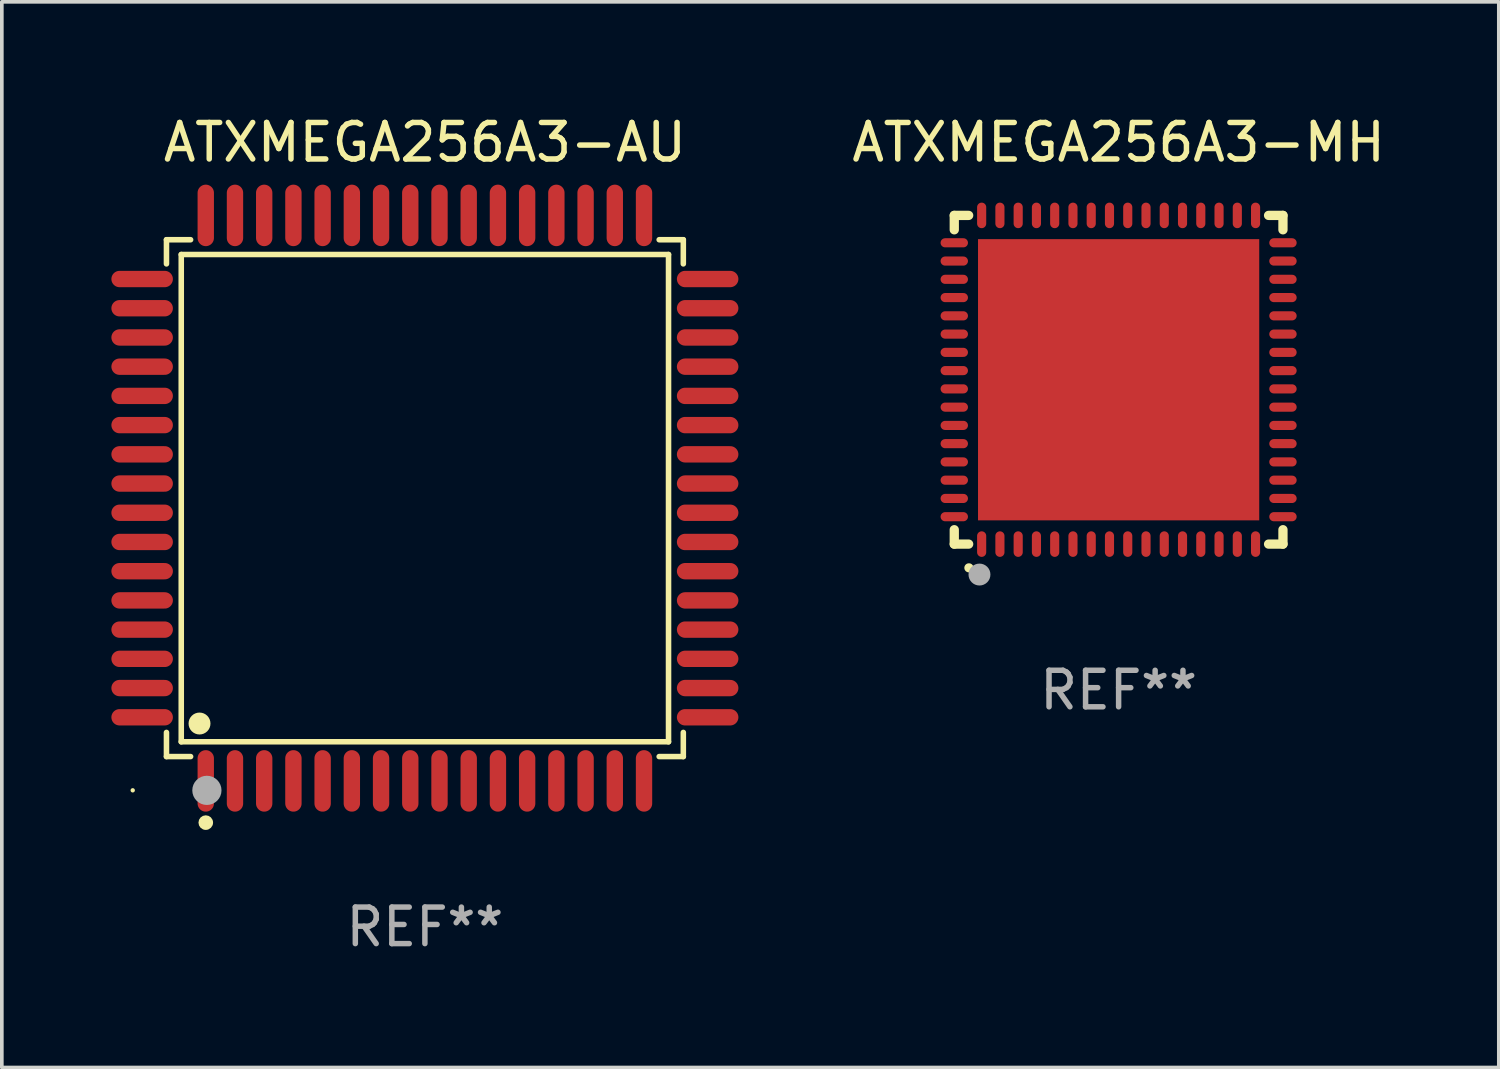
<source format=kicad_pcb>
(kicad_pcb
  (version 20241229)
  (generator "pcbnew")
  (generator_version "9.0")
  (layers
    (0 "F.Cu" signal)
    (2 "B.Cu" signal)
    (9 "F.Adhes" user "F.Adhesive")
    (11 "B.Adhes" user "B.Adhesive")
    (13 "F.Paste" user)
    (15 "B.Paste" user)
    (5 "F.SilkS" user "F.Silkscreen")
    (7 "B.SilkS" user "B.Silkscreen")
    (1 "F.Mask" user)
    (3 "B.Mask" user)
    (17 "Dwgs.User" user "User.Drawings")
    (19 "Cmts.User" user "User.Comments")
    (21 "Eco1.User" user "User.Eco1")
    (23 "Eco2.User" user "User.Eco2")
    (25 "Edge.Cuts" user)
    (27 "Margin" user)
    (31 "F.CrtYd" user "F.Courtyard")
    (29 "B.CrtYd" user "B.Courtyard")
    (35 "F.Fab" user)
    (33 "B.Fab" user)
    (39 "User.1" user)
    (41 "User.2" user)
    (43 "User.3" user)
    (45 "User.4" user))
  (footprint "ATXMEGA256A3-MH"
    (layer "F.Cu")
    (at 27.579 7.348)
    (property "Reference" "ATXMEGA256A3-MH" (at 0 -6.5 0) (layer "F.SilkS") (effects (font (size 1 1) (thickness 0.15))))
    (attr through_hole)
    (fp_line (start -4.5 -4.5) (end -4.106 -4.5) (stroke (width 0.254) (type solid)) (layer "F.SilkS"))
    (fp_line (start -4.5 -4.106) (end -4.5 -4.5) (stroke (width 0.254) (type solid)) (layer "F.SilkS"))
    (fp_line (start -4.5 4.5) (end -4.5 4.106) (stroke (width 0.254) (type solid)) (layer "F.SilkS"))
    (fp_line (start -4.106 4.5) (end -4.5 4.5) (stroke (width 0.254) (type solid)) (layer "F.SilkS"))
    (fp_line (start 4.106 -4.5) (end 4.5 -4.5) (stroke (width 0.254) (type solid)) (layer "F.SilkS"))
    (fp_line (start 4.5 -4.5) (end 4.5 -4.106) (stroke (width 0.254) (type solid)) (layer "F.SilkS"))
    (fp_line (start 4.5 4.106) (end 4.5 4.5) (stroke (width 0.254) (type solid)) (layer "F.SilkS"))
    (fp_line (start 4.5 4.5) (end 4.106 4.5) (stroke (width 0.254) (type solid)) (layer "F.SilkS"))
    (fp_arc (start -4.099987 5.149898) (mid -4.098717 5.149892) (end -4.097447 5.149898) (stroke (width 0.24892) (type solid)) (layer "F.SilkS"))
    (fp_circle (center -4.5 4.5) (end -4.47 4.5) (stroke (width 0.06) (type solid)) (fill no) (layer "F.SilkS"))
    (fp_circle (center -3.81 5.334) (end -3.66 5.334) (stroke (width 0.3) (type solid)) (fill no) (layer "F.Fab"))
    (fp_text user "REF**" (at 0 8.5 0) (layer "F.Fab") (effects (font (size 1 1) (thickness 0.15))))
    (pad "1" smd oval (at -3.75 4.5) (size 0.25 0.7) (layers "F.Cu" "F.Mask" "F.Paste"))
    (pad "2" smd oval (at -3.25 4.5) (size 0.25 0.7) (layers "F.Cu" "F.Mask" "F.Paste"))
    (pad "3" smd oval (at -2.75 4.5) (size 0.25 0.7) (layers "F.Cu" "F.Mask" "F.Paste"))
    (pad "4" smd oval (at -2.25 4.5) (size 0.25 0.7) (layers "F.Cu" "F.Mask" "F.Paste"))
    (pad "5" smd oval (at -1.75 4.5) (size 0.25 0.7) (layers "F.Cu" "F.Mask" "F.Paste"))
    (pad "6" smd oval (at -1.25 4.5) (size 0.25 0.7) (layers "F.Cu" "F.Mask" "F.Paste"))
    (pad "7" smd oval (at -0.75 4.5) (size 0.25 0.7) (layers "F.Cu" "F.Mask" "F.Paste"))
    (pad "8" smd oval (at -0.25 4.5) (size 0.25 0.7) (layers "F.Cu" "F.Mask" "F.Paste"))
    (pad "9" smd oval (at 0.25 4.5) (size 0.25 0.7) (layers "F.Cu" "F.Mask" "F.Paste"))
    (pad "10" smd oval (at 0.75 4.5) (size 0.25 0.7) (layers "F.Cu" "F.Mask" "F.Paste"))
    (pad "11" smd oval (at 1.25 4.5) (size 0.25 0.7) (layers "F.Cu" "F.Mask" "F.Paste"))
    (pad "12" smd oval (at 1.75 4.5) (size 0.25 0.7) (layers "F.Cu" "F.Mask" "F.Paste"))
    (pad "13" smd oval (at 2.25 4.5) (size 0.25 0.7) (layers "F.Cu" "F.Mask" "F.Paste"))
    (pad "14" smd oval (at 2.75 4.5) (size 0.25 0.7) (layers "F.Cu" "F.Mask" "F.Paste"))
    (pad "15" smd oval (at 3.25 4.5) (size 0.25 0.7) (layers "F.Cu" "F.Mask" "F.Paste"))
    (pad "16" smd oval (at 3.75 4.5) (size 0.25 0.7) (layers "F.Cu" "F.Mask" "F.Paste"))
    (pad "17" smd oval (at 4.5 3.75) (size 0.75 0.25) (layers "F.Cu" "F.Mask" "F.Paste"))
    (pad "18" smd oval (at 4.5 3.25) (size 0.75 0.25) (layers "F.Cu" "F.Mask" "F.Paste"))
    (pad "19" smd oval (at 4.5 2.75) (size 0.75 0.25) (layers "F.Cu" "F.Mask" "F.Paste"))
    (pad "20" smd oval (at 4.5 2.25) (size 0.75 0.25) (layers "F.Cu" "F.Mask" "F.Paste"))
    (pad "21" smd oval (at 4.5 1.75) (size 0.75 0.25) (layers "F.Cu" "F.Mask" "F.Paste"))
    (pad "22" smd oval (at 4.5 1.25) (size 0.75 0.25) (layers "F.Cu" "F.Mask" "F.Paste"))
    (pad "23" smd oval (at 4.5 0.75) (size 0.75 0.25) (layers "F.Cu" "F.Mask" "F.Paste"))
    (pad "24" smd oval (at 4.5 0.25) (size 0.75 0.25) (layers "F.Cu" "F.Mask" "F.Paste"))
    (pad "25" smd oval (at 4.5 -0.25) (size 0.75 0.25) (layers "F.Cu" "F.Mask" "F.Paste"))
    (pad "26" smd oval (at 4.5 -0.75) (size 0.75 0.25) (layers "F.Cu" "F.Mask" "F.Paste"))
    (pad "27" smd oval (at 4.5 -1.25) (size 0.75 0.25) (layers "F.Cu" "F.Mask" "F.Paste"))
    (pad "28" smd oval (at 4.5 -1.75) (size 0.75 0.25) (layers "F.Cu" "F.Mask" "F.Paste"))
    (pad "29" smd oval (at 4.5 -2.25) (size 0.75 0.25) (layers "F.Cu" "F.Mask" "F.Paste"))
    (pad "30" smd oval (at 4.5 -2.75) (size 0.75 0.25) (layers "F.Cu" "F.Mask" "F.Paste"))
    (pad "31" smd oval (at 4.5 -3.25) (size 0.75 0.25) (layers "F.Cu" "F.Mask" "F.Paste"))
    (pad "32" smd oval (at 4.5 -3.75) (size 0.75 0.25) (layers "F.Cu" "F.Mask" "F.Paste"))
    (pad "33" smd oval (at 3.75 -4.5) (size 0.25 0.7) (layers "F.Cu" "F.Mask" "F.Paste"))
    (pad "34" smd oval (at 3.25 -4.5) (size 0.25 0.7) (layers "F.Cu" "F.Mask" "F.Paste"))
    (pad "35" smd oval (at 2.75 -4.5) (size 0.25 0.7) (layers "F.Cu" "F.Mask" "F.Paste"))
    (pad "36" smd oval (at 2.25 -4.5) (size 0.25 0.7) (layers "F.Cu" "F.Mask" "F.Paste"))
    (pad "37" smd oval (at 1.75 -4.5) (size 0.25 0.7) (layers "F.Cu" "F.Mask" "F.Paste"))
    (pad "38" smd oval (at 1.25 -4.5) (size 0.25 0.7) (layers "F.Cu" "F.Mask" "F.Paste"))
    (pad "39" smd oval (at 0.75 -4.5) (size 0.25 0.7) (layers "F.Cu" "F.Mask" "F.Paste"))
    (pad "40" smd oval (at 0.25 -4.5) (size 0.25 0.7) (layers "F.Cu" "F.Mask" "F.Paste"))
    (pad "41" smd oval (at -0.25 -4.5) (size 0.25 0.7) (layers "F.Cu" "F.Mask" "F.Paste"))
    (pad "42" smd oval (at -0.75 -4.5) (size 0.25 0.7) (layers "F.Cu" "F.Mask" "F.Paste"))
    (pad "43" smd oval (at -1.25 -4.5) (size 0.25 0.7) (layers "F.Cu" "F.Mask" "F.Paste"))
    (pad "44" smd oval (at -1.75 -4.5) (size 0.25 0.7) (layers "F.Cu" "F.Mask" "F.Paste"))
    (pad "45" smd oval (at -2.25 -4.5) (size 0.25 0.7) (layers "F.Cu" "F.Mask" "F.Paste"))
    (pad "46" smd oval (at -2.75 -4.5) (size 0.25 0.7) (layers "F.Cu" "F.Mask" "F.Paste"))
    (pad "47" smd oval (at -3.25 -4.5) (size 0.25 0.7) (layers "F.Cu" "F.Mask" "F.Paste"))
    (pad "48" smd oval (at -3.75 -4.5) (size 0.25 0.7) (layers "F.Cu" "F.Mask" "F.Paste"))
    (pad "49" smd oval (at -4.5 -3.75) (size 0.75 0.25) (layers "F.Cu" "F.Mask" "F.Paste"))
    (pad "50" smd oval (at -4.5 -3.25) (size 0.75 0.25) (layers "F.Cu" "F.Mask" "F.Paste"))
    (pad "51" smd oval (at -4.5 -2.75) (size 0.75 0.25) (layers "F.Cu" "F.Mask" "F.Paste"))
    (pad "52" smd oval (at -4.5 -2.25) (size 0.75 0.25) (layers "F.Cu" "F.Mask" "F.Paste"))
    (pad "53" smd oval (at -4.5 -1.75) (size 0.75 0.25) (layers "F.Cu" "F.Mask" "F.Paste"))
    (pad "54" smd oval (at -4.5 -1.25) (size 0.75 0.25) (layers "F.Cu" "F.Mask" "F.Paste"))
    (pad "55" smd oval (at -4.5 -0.75) (size 0.75 0.25) (layers "F.Cu" "F.Mask" "F.Paste"))
    (pad "56" smd oval (at -4.5 -0.25) (size 0.75 0.25) (layers "F.Cu" "F.Mask" "F.Paste"))
    (pad "57" smd oval (at -4.5 0.25) (size 0.75 0.25) (layers "F.Cu" "F.Mask" "F.Paste"))
    (pad "58" smd oval (at -4.5 0.75) (size 0.75 0.25) (layers "F.Cu" "F.Mask" "F.Paste"))
    (pad "59" smd oval (at -4.5 1.25) (size 0.75 0.25) (layers "F.Cu" "F.Mask" "F.Paste"))
    (pad "60" smd oval (at -4.5 1.75) (size 0.75 0.25) (layers "F.Cu" "F.Mask" "F.Paste"))
    (pad "61" smd oval (at -4.5 2.25) (size 0.75 0.25) (layers "F.Cu" "F.Mask" "F.Paste"))
    (pad "62" smd oval (at -4.5 2.75) (size 0.75 0.25) (layers "F.Cu" "F.Mask" "F.Paste"))
    (pad "63" smd oval (at -4.5 3.25) (size 0.75 0.25) (layers "F.Cu" "F.Mask" "F.Paste"))
    (pad "64" smd oval (at -4.5 3.75) (size 0.75 0.25) (layers "F.Cu" "F.Mask" "F.Paste"))
    (pad "65" smd rect (at 0.000394 -0.000013) (size 7.7 7.7) (layers "F.Cu" "F.Mask" "F.Paste")))
  (footprint "ATXMEGA256A3-AU"
    (layer "F.Cu")
    (at 8.584 10.59)
    (property "Reference" "ATXMEGA256A3-AU" (at 0 -9.742 0) (layer "F.SilkS") (effects (font (size 1 1) (thickness 0.15))))
    (attr through_hole)
    (fp_line (start -7.076 -7.076) (end -6.415 -7.076) (stroke (width 0.152) (type solid)) (layer "F.SilkS"))
    (fp_line (start -7.076 -6.415) (end -7.076 -7.076) (stroke (width 0.152) (type solid)) (layer "F.SilkS"))
    (fp_line (start -7.076 6.415) (end -7.076 7.076) (stroke (width 0.152) (type solid)) (layer "F.SilkS"))
    (fp_line (start -7.076 7.076) (end -6.415 7.076) (stroke (width 0.152) (type solid)) (layer "F.SilkS"))
    (fp_line (start -6.671 -6.671) (end 6.671 -6.671) (stroke (width 0.152) (type solid)) (layer "F.SilkS"))
    (fp_line (start -6.671 6.671) (end -6.671 -6.671) (stroke (width 0.152) (type solid)) (layer "F.SilkS"))
    (fp_line (start 6.671 -6.671) (end 6.671 6.671) (stroke (width 0.152) (type solid)) (layer "F.SilkS"))
    (fp_line (start 6.671 6.671) (end -6.671 6.671) (stroke (width 0.152) (type solid)) (layer "F.SilkS"))
    (fp_line (start 7.076 -7.076) (end 6.415 -7.076) (stroke (width 0.152) (type solid)) (layer "F.SilkS"))
    (fp_line (start 7.076 -6.415) (end 7.076 -7.076) (stroke (width 0.152) (type solid)) (layer "F.SilkS"))
    (fp_line (start 7.076 6.415) (end 7.076 7.076) (stroke (width 0.152) (type solid)) (layer "F.SilkS"))
    (fp_line (start 7.076 7.076) (end 6.415 7.076) (stroke (width 0.152) (type solid)) (layer "F.SilkS"))
    (fp_circle (center -8 8) (end -7.97 8) (stroke (width 0.06) (type solid)) (fill no) (layer "F.SilkS"))
    (fp_circle (center -6.171 6.171) (end -6.021 6.171) (stroke (width 0.3) (type solid)) (fill no) (layer "F.SilkS"))
    (fp_circle (center -6 8.884) (end -5.9 8.884) (stroke (width 0.2) (type solid)) (fill no) (layer "F.SilkS"))
    (fp_circle (center -5.969 8.001) (end -5.769 8.001) (stroke (width 0.4) (type solid)) (fill no) (layer "F.Fab"))
    (fp_text user "REF**" (at 0 11.742 0) (layer "F.Fab") (effects (font (size 1 1) (thickness 0.15))))
    (pad "1" smd oval (at -6 7.742) (size 0.448 1.684) (layers "F.Cu" "F.Mask" "F.Paste"))
    (pad "2" smd oval (at -5.2 7.742) (size 0.448 1.684) (layers "F.Cu" "F.Mask" "F.Paste"))
    (pad "3" smd oval (at -4.4 7.742) (size 0.448 1.684) (layers "F.Cu" "F.Mask" "F.Paste"))
    (pad "4" smd oval (at -3.6 7.742) (size 0.448 1.684) (layers "F.Cu" "F.Mask" "F.Paste"))
    (pad "5" smd oval (at -2.8 7.742) (size 0.448 1.684) (layers "F.Cu" "F.Mask" "F.Paste"))
    (pad "6" smd oval (at -2 7.742) (size 0.448 1.684) (layers "F.Cu" "F.Mask" "F.Paste"))
    (pad "7" smd oval (at -1.2 7.742) (size 0.448 1.684) (layers "F.Cu" "F.Mask" "F.Paste"))
    (pad "8" smd oval (at -0.4 7.742) (size 0.448 1.684) (layers "F.Cu" "F.Mask" "F.Paste"))
    (pad "9" smd oval (at 0.4 7.742) (size 0.448 1.684) (layers "F.Cu" "F.Mask" "F.Paste"))
    (pad "10" smd oval (at 1.2 7.742) (size 0.448 1.684) (layers "F.Cu" "F.Mask" "F.Paste"))
    (pad "11" smd oval (at 2 7.742) (size 0.448 1.684) (layers "F.Cu" "F.Mask" "F.Paste"))
    (pad "12" smd oval (at 2.8 7.742) (size 0.448 1.684) (layers "F.Cu" "F.Mask" "F.Paste"))
    (pad "13" smd oval (at 3.6 7.742) (size 0.448 1.684) (layers "F.Cu" "F.Mask" "F.Paste"))
    (pad "14" smd oval (at 4.4 7.742) (size 0.448 1.684) (layers "F.Cu" "F.Mask" "F.Paste"))
    (pad "15" smd oval (at 5.2 7.742) (size 0.448 1.684) (layers "F.Cu" "F.Mask" "F.Paste"))
    (pad "16" smd oval (at 6 7.742) (size 0.448 1.684) (layers "F.Cu" "F.Mask" "F.Paste"))
    (pad "17" smd oval (at 7.742 6) (size 1.684 0.448) (layers "F.Cu" "F.Mask" "F.Paste"))
    (pad "18" smd oval (at 7.742 5.2) (size 1.684 0.448) (layers "F.Cu" "F.Mask" "F.Paste"))
    (pad "19" smd oval (at 7.742 4.4) (size 1.684 0.448) (layers "F.Cu" "F.Mask" "F.Paste"))
    (pad "20" smd oval (at 7.742 3.6) (size 1.684 0.448) (layers "F.Cu" "F.Mask" "F.Paste"))
    (pad "21" smd oval (at 7.742 2.8) (size 1.684 0.448) (layers "F.Cu" "F.Mask" "F.Paste"))
    (pad "22" smd oval (at 7.742 2) (size 1.684 0.448) (layers "F.Cu" "F.Mask" "F.Paste"))
    (pad "23" smd oval (at 7.742 1.2) (size 1.684 0.448) (layers "F.Cu" "F.Mask" "F.Paste"))
    (pad "24" smd oval (at 7.742 0.4) (size 1.684 0.448) (layers "F.Cu" "F.Mask" "F.Paste"))
    (pad "25" smd oval (at 7.742 -0.4) (size 1.684 0.448) (layers "F.Cu" "F.Mask" "F.Paste"))
    (pad "26" smd oval (at 7.742 -1.2) (size 1.684 0.448) (layers "F.Cu" "F.Mask" "F.Paste"))
    (pad "27" smd oval (at 7.742 -2) (size 1.684 0.448) (layers "F.Cu" "F.Mask" "F.Paste"))
    (pad "28" smd oval (at 7.742 -2.8) (size 1.684 0.448) (layers "F.Cu" "F.Mask" "F.Paste"))
    (pad "29" smd oval (at 7.742 -3.6) (size 1.684 0.448) (layers "F.Cu" "F.Mask" "F.Paste"))
    (pad "30" smd oval (at 7.742 -4.4) (size 1.684 0.448) (layers "F.Cu" "F.Mask" "F.Paste"))
    (pad "31" smd oval (at 7.742 -5.2) (size 1.684 0.448) (layers "F.Cu" "F.Mask" "F.Paste"))
    (pad "32" smd oval (at 7.742 -6) (size 1.684 0.448) (layers "F.Cu" "F.Mask" "F.Paste"))
    (pad "33" smd oval (at 6 -7.742) (size 0.448 1.684) (layers "F.Cu" "F.Mask" "F.Paste"))
    (pad "34" smd oval (at 5.2 -7.742) (size 0.448 1.684) (layers "F.Cu" "F.Mask" "F.Paste"))
    (pad "35" smd oval (at 4.4 -7.742) (size 0.448 1.684) (layers "F.Cu" "F.Mask" "F.Paste"))
    (pad "36" smd oval (at 3.6 -7.742) (size 0.448 1.684) (layers "F.Cu" "F.Mask" "F.Paste"))
    (pad "37" smd oval (at 2.8 -7.742) (size 0.448 1.684) (layers "F.Cu" "F.Mask" "F.Paste"))
    (pad "38" smd oval (at 2 -7.742) (size 0.448 1.684) (layers "F.Cu" "F.Mask" "F.Paste"))
    (pad "39" smd oval (at 1.2 -7.742) (size 0.448 1.684) (layers "F.Cu" "F.Mask" "F.Paste"))
    (pad "40" smd oval (at 0.4 -7.742) (size 0.448 1.684) (layers "F.Cu" "F.Mask" "F.Paste"))
    (pad "41" smd oval (at -0.4 -7.742) (size 0.448 1.684) (layers "F.Cu" "F.Mask" "F.Paste"))
    (pad "42" smd oval (at -1.2 -7.742) (size 0.448 1.684) (layers "F.Cu" "F.Mask" "F.Paste"))
    (pad "43" smd oval (at -2 -7.742) (size 0.448 1.684) (layers "F.Cu" "F.Mask" "F.Paste"))
    (pad "44" smd oval (at -2.8 -7.742) (size 0.448 1.684) (layers "F.Cu" "F.Mask" "F.Paste"))
    (pad "45" smd oval (at -3.6 -7.742) (size 0.448 1.684) (layers "F.Cu" "F.Mask" "F.Paste"))
    (pad "46" smd oval (at -4.4 -7.742) (size 0.448 1.684) (layers "F.Cu" "F.Mask" "F.Paste"))
    (pad "47" smd oval (at -5.2 -7.742) (size 0.448 1.684) (layers "F.Cu" "F.Mask" "F.Paste"))
    (pad "48" smd oval (at -6 -7.742) (size 0.448 1.684) (layers "F.Cu" "F.Mask" "F.Paste"))
    (pad "49" smd oval (at -7.742 -6) (size 1.684 0.448) (layers "F.Cu" "F.Mask" "F.Paste"))
    (pad "50" smd oval (at -7.742 -5.2) (size 1.684 0.448) (layers "F.Cu" "F.Mask" "F.Paste"))
    (pad "51" smd oval (at -7.742 -4.4) (size 1.684 0.448) (layers "F.Cu" "F.Mask" "F.Paste"))
    (pad "52" smd oval (at -7.742 -3.6) (size 1.684 0.448) (layers "F.Cu" "F.Mask" "F.Paste"))
    (pad "53" smd oval (at -7.742 -2.8) (size 1.684 0.448) (layers "F.Cu" "F.Mask" "F.Paste"))
    (pad "54" smd oval (at -7.742 -2) (size 1.684 0.448) (layers "F.Cu" "F.Mask" "F.Paste"))
    (pad "55" smd oval (at -7.742 -1.2) (size 1.684 0.448) (layers "F.Cu" "F.Mask" "F.Paste"))
    (pad "56" smd oval (at -7.742 -0.4) (size 1.684 0.448) (layers "F.Cu" "F.Mask" "F.Paste"))
    (pad "57" smd oval (at -7.742 0.4) (size 1.684 0.448) (layers "F.Cu" "F.Mask" "F.Paste"))
    (pad "58" smd oval (at -7.742 1.2) (size 1.684 0.448) (layers "F.Cu" "F.Mask" "F.Paste"))
    (pad "59" smd oval (at -7.742 2) (size 1.684 0.448) (layers "F.Cu" "F.Mask" "F.Paste"))
    (pad "60" smd oval (at -7.742 2.8) (size 1.684 0.448) (layers "F.Cu" "F.Mask" "F.Paste"))
    (pad "61" smd oval (at -7.742 3.6) (size 1.684 0.448) (layers "F.Cu" "F.Mask" "F.Paste"))
    (pad "62" smd oval (at -7.742 4.4) (size 1.684 0.448) (layers "F.Cu" "F.Mask" "F.Paste"))
    (pad "63" smd oval (at -7.742 5.2) (size 1.684 0.448) (layers "F.Cu" "F.Mask" "F.Paste"))
    (pad "64" smd oval (at -7.742 6) (size 1.684 0.448) (layers "F.Cu" "F.Mask" "F.Paste")))
  (gr_rect
    (start -3 -3)
    (end 37.989 26.18)
    (stroke (width 0.1) (type default))
    (fill no)
    (layer "Edge.Cuts")))
</source>
